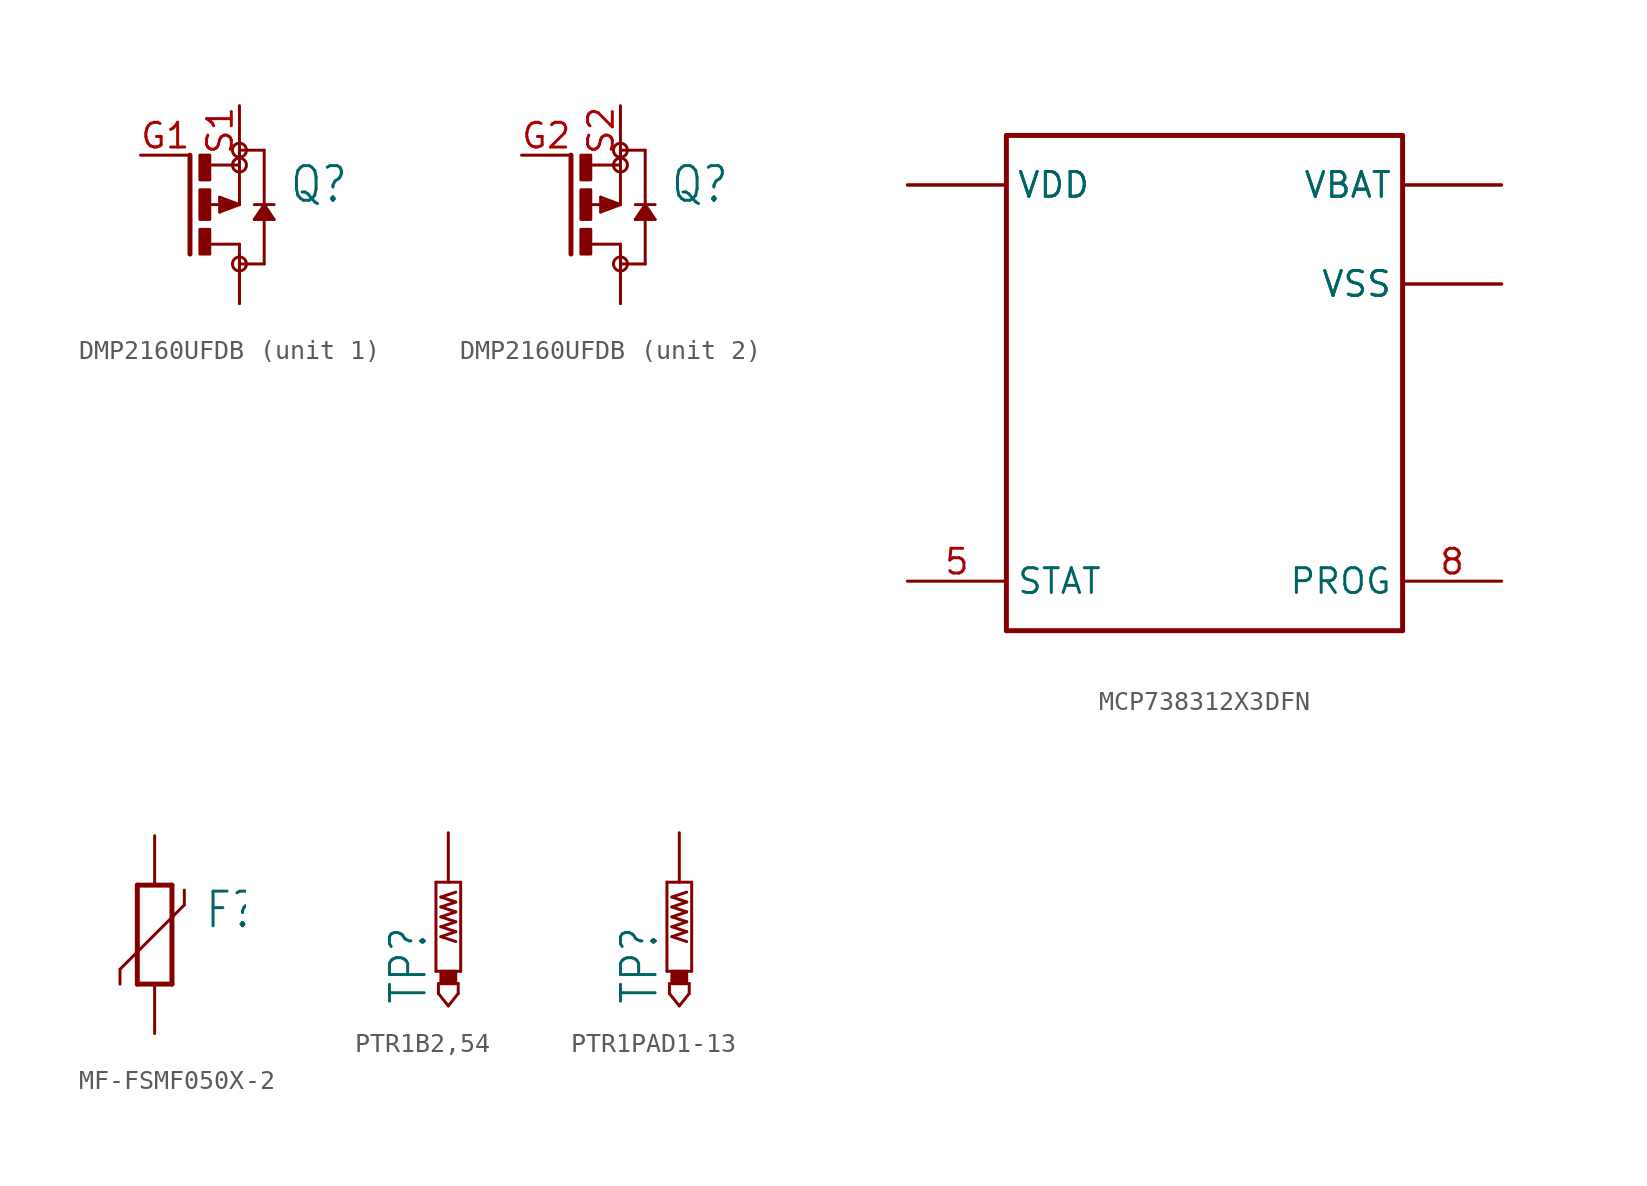
<source format=kicad_sym>
(kicad_symbol_lib
  (version 20231120)
  (generator "kicad_symbol_editor")
  (generator_version "8.0")
  (symbol "DMP2160UFDB"
    (property "Reference" "Q"
      (at 2.54 0 0)
      (effects (font (size 1.778 1.511)) (justify left bottom)))
    (property "Value" ""
      (at 2.54 -2.54 0)
      (effects (font (size 1.778 1.511)) (justify left bottom)))
    (property "ki_locked" ""
      (at 0 0 0)
      (effects (font (size 1.27 1.27))))
    (symbol "DMP2160UFDB_1_0"
      (rectangle (start -2.032 -2.54) (end -1.524 -1.27) (stroke (width 0) (type default)) (fill (type outline)))
      (rectangle (start -2.032 -0.762) (end -1.524 0.762) (stroke (width 0) (type default)) (fill (type outline)))
      (rectangle (start -2.032 1.27) (end -1.524 2.54) (stroke (width 0) (type default)) (fill (type outline)))
      (circle (center 0 -3.048) (radius 0.359) (stroke (width 0) (type solid)) (fill (type none)))
      (polyline (pts (xy -2.54 2.54) (xy -2.54 -2.54)) (stroke (width 0.254) (type solid)) (fill (type none)))
      (polyline (pts (xy -1.524 -2.032) (xy 0 -2.032)) (stroke (width 0.152) (type solid)) (fill (type none)))
      (polyline (pts (xy -1.524 0) (xy -0.508 0)) (stroke (width 0.152) (type solid)) (fill (type none)))
      (polyline (pts (xy -1.524 2.032) (xy 0 2.032)) (stroke (width 0.152) (type solid)) (fill (type none)))
      (polyline (pts (xy -1.016 -0.381) (xy 0 0)) (stroke (width 0.152) (type solid)) (fill (type none)))
      (polyline (pts (xy -1.016 0.381) (xy -1.016 -0.381)) (stroke (width 0.152) (type solid)) (fill (type none)))
      (polyline (pts (xy -0.889 -0.127) (xy -0.889 0.127)) (stroke (width 0.254) (type solid)) (fill (type none)))
      (polyline (pts (xy -0.889 0.127) (xy -0.508 0)) (stroke (width 0.254) (type solid)) (fill (type none)))
      (polyline (pts (xy -0.508 0) (xy -0.381 0)) (stroke (width 0.152) (type solid)) (fill (type none)))
      (polyline (pts (xy -0.381 0) (xy -0.889 -0.127)) (stroke (width 0.254) (type solid)) (fill (type none)))
      (polyline (pts (xy -0.381 0) (xy 0 0)) (stroke (width 0.152) (type solid)) (fill (type none)))
      (polyline (pts (xy 0 -3.048) (xy 1.27 -3.048)) (stroke (width 0.152) (type solid)) (fill (type none)))
      (polyline (pts (xy 0 -2.032) (xy 0 -2.54)) (stroke (width 0.152) (type solid)) (fill (type none)))
      (polyline (pts (xy 0 0) (xy -1.016 0.381)) (stroke (width 0.152) (type solid)) (fill (type none)))
      (polyline (pts (xy 0 0) (xy 0 2.032)) (stroke (width 0.152) (type solid)) (fill (type none)))
      (polyline (pts (xy 0 2.032) (xy 0 2.794)) (stroke (width 0.152) (type solid)) (fill (type none)))
      (polyline (pts (xy 0.762 -0.762) (xy 1.778 -0.762)) (stroke (width 0.152) (type solid)) (fill (type none)))
      (polyline (pts (xy 0.762 0) (xy 1.778 0)) (stroke (width 0.152) (type solid)) (fill (type none)))
      (polyline (pts (xy 1.016 -0.635) (xy 1.524 -0.635)) (stroke (width 0.254) (type solid)) (fill (type none)))
      (polyline (pts (xy 1.27 -3.048) (xy 1.27 -0.254)) (stroke (width 0.152) (type solid)) (fill (type none)))
      (polyline (pts (xy 1.27 -0.254) (xy 1.016 -0.635)) (stroke (width 0.254) (type solid)) (fill (type none)))
      (polyline (pts (xy 1.27 -0.254) (xy 1.27 0)) (stroke (width 0.152) (type solid)) (fill (type none)))
      (polyline (pts (xy 1.27 0) (xy 0.762 -0.762)) (stroke (width 0.152) (type solid)) (fill (type none)))
      (polyline (pts (xy 1.27 0) (xy 1.27 2.794)) (stroke (width 0.152) (type solid)) (fill (type none)))
      (polyline (pts (xy 1.27 2.794) (xy 0 2.794)) (stroke (width 0.152) (type solid)) (fill (type none)))
      (polyline (pts (xy 1.524 -0.635) (xy 1.27 -0.254)) (stroke (width 0.254) (type solid)) (fill (type none)))
      (polyline (pts (xy 1.778 -0.762) (xy 1.27 0)) (stroke (width 0.152) (type solid)) (fill (type none)))
      (circle (center 0 2.032) (radius 0.359) (stroke (width 0) (type solid)) (fill (type none)))
      (circle (center 0 2.794) (radius 0.359) (stroke (width 0) (type solid)) (fill (type none)))
      (pin passive line (at 0 -5.08 90) (length 2.54) (name "D" (effects (font (size 0 0)))) (number "D1" (effects (font (size 0 0)))))
      (pin passive line (at 0 -5.08 90) (length 2.54) (name "D" (effects (font (size 0 0)))) (number "D1'" (effects (font (size 0 0)))))
      (pin passive line (at -5.08 2.54 0) (length 2.54) (name "G" (effects (font (size 0 0)))) (number "G1" (effects (font (size 1.27 1.27)))))
      (pin passive line (at 0 5.08 270) (length 2.54) (name "S" (effects (font (size 0 0)))) (number "S1" (effects (font (size 1.27 1.27))))))
    (symbol "DMP2160UFDB_2_0"
      (rectangle (start -2.032 -2.54) (end -1.524 -1.27) (stroke (width 0) (type default)) (fill (type outline)))
      (rectangle (start -2.032 -0.762) (end -1.524 0.762) (stroke (width 0) (type default)) (fill (type outline)))
      (rectangle (start -2.032 1.27) (end -1.524 2.54) (stroke (width 0) (type default)) (fill (type outline)))
      (circle (center 0 -3.048) (radius 0.359) (stroke (width 0) (type solid)) (fill (type none)))
      (polyline (pts (xy -2.54 2.54) (xy -2.54 -2.54)) (stroke (width 0.254) (type solid)) (fill (type none)))
      (polyline (pts (xy -1.524 -2.032) (xy 0 -2.032)) (stroke (width 0.152) (type solid)) (fill (type none)))
      (polyline (pts (xy -1.524 0) (xy -0.508 0)) (stroke (width 0.152) (type solid)) (fill (type none)))
      (polyline (pts (xy -1.524 2.032) (xy 0 2.032)) (stroke (width 0.152) (type solid)) (fill (type none)))
      (polyline (pts (xy -1.016 -0.381) (xy 0 0)) (stroke (width 0.152) (type solid)) (fill (type none)))
      (polyline (pts (xy -1.016 0.381) (xy -1.016 -0.381)) (stroke (width 0.152) (type solid)) (fill (type none)))
      (polyline (pts (xy -0.889 -0.127) (xy -0.889 0.127)) (stroke (width 0.254) (type solid)) (fill (type none)))
      (polyline (pts (xy -0.889 0.127) (xy -0.508 0)) (stroke (width 0.254) (type solid)) (fill (type none)))
      (polyline (pts (xy -0.508 0) (xy -0.381 0)) (stroke (width 0.152) (type solid)) (fill (type none)))
      (polyline (pts (xy -0.381 0) (xy -0.889 -0.127)) (stroke (width 0.254) (type solid)) (fill (type none)))
      (polyline (pts (xy -0.381 0) (xy 0 0)) (stroke (width 0.152) (type solid)) (fill (type none)))
      (polyline (pts (xy 0 -3.048) (xy 1.27 -3.048)) (stroke (width 0.152) (type solid)) (fill (type none)))
      (polyline (pts (xy 0 -2.032) (xy 0 -2.54)) (stroke (width 0.152) (type solid)) (fill (type none)))
      (polyline (pts (xy 0 0) (xy -1.016 0.381)) (stroke (width 0.152) (type solid)) (fill (type none)))
      (polyline (pts (xy 0 0) (xy 0 2.032)) (stroke (width 0.152) (type solid)) (fill (type none)))
      (polyline (pts (xy 0 2.032) (xy 0 2.794)) (stroke (width 0.152) (type solid)) (fill (type none)))
      (polyline (pts (xy 0.762 -0.762) (xy 1.778 -0.762)) (stroke (width 0.152) (type solid)) (fill (type none)))
      (polyline (pts (xy 0.762 0) (xy 1.778 0)) (stroke (width 0.152) (type solid)) (fill (type none)))
      (polyline (pts (xy 1.016 -0.635) (xy 1.524 -0.635)) (stroke (width 0.254) (type solid)) (fill (type none)))
      (polyline (pts (xy 1.27 -3.048) (xy 1.27 -0.254)) (stroke (width 0.152) (type solid)) (fill (type none)))
      (polyline (pts (xy 1.27 -0.254) (xy 1.016 -0.635)) (stroke (width 0.254) (type solid)) (fill (type none)))
      (polyline (pts (xy 1.27 -0.254) (xy 1.27 0)) (stroke (width 0.152) (type solid)) (fill (type none)))
      (polyline (pts (xy 1.27 0) (xy 0.762 -0.762)) (stroke (width 0.152) (type solid)) (fill (type none)))
      (polyline (pts (xy 1.27 0) (xy 1.27 2.794)) (stroke (width 0.152) (type solid)) (fill (type none)))
      (polyline (pts (xy 1.27 2.794) (xy 0 2.794)) (stroke (width 0.152) (type solid)) (fill (type none)))
      (polyline (pts (xy 1.524 -0.635) (xy 1.27 -0.254)) (stroke (width 0.254) (type solid)) (fill (type none)))
      (polyline (pts (xy 1.778 -0.762) (xy 1.27 0)) (stroke (width 0.152) (type solid)) (fill (type none)))
      (circle (center 0 2.032) (radius 0.359) (stroke (width 0) (type solid)) (fill (type none)))
      (circle (center 0 2.794) (radius 0.359) (stroke (width 0) (type solid)) (fill (type none)))
      (pin passive line (at 0 -5.08 90) (length 2.54) (name "D" (effects (font (size 0 0)))) (number "D2" (effects (font (size 0 0)))))
      (pin passive line (at 0 -5.08 90) (length 2.54) (name "D" (effects (font (size 0 0)))) (number "D2'" (effects (font (size 0 0)))))
      (pin passive line (at -5.08 2.54 0) (length 2.54) (name "G" (effects (font (size 0 0)))) (number "G2" (effects (font (size 1.27 1.27)))))
      (pin passive line (at 0 5.08 270) (length 2.54) (name "S" (effects (font (size 0 0)))) (number "S2" (effects (font (size 1.27 1.27)))))))
  (symbol "MCP738312X3DFN"
    (property "Reference" ""
      (at -10.16 15.24 0)
      (effects (font (size 1.27 1.079)) (justify left bottom) (hide yes)))
    (property "Value" ""
      (at -10.16 12.7 0)
      (effects (font (size 1.27 1.079)) (justify left bottom)))
    (property "ki_locked" ""
      (at 0 0 0)
      (effects (font (size 1.27 1.27))))
    (symbol "MCP738312X3DFN_1_0"
      (polyline (pts (xy -10.16 -12.7) (xy 10.16 -12.7)) (stroke (width 0.254) (type solid)) (fill (type none)))
      (polyline (pts (xy -10.16 12.7) (xy -10.16 -12.7)) (stroke (width 0.254) (type solid)) (fill (type none)))
      (polyline (pts (xy 10.16 -12.7) (xy 10.16 12.7)) (stroke (width 0.254) (type solid)) (fill (type none)))
      (polyline (pts (xy 10.16 12.7) (xy -10.16 12.7)) (stroke (width 0.254) (type solid)) (fill (type none)))
      (pin bidirectional line (at -15.24 10.16 0) (length 5.08) (name "VDD" (effects (font (size 1.27 1.27)))) (number "1" (effects (font (size 0 0)))))
      (pin bidirectional line (at -15.24 10.16 0) (length 5.08) (name "VDD" (effects (font (size 1.27 1.27)))) (number "2" (effects (font (size 0 0)))))
      (pin bidirectional line (at 15.24 10.16 180) (length 5.08) (name "VBAT" (effects (font (size 1.27 1.27)))) (number "3" (effects (font (size 0 0)))))
      (pin bidirectional line (at 15.24 10.16 180) (length 5.08) (name "VBAT" (effects (font (size 1.27 1.27)))) (number "4" (effects (font (size 0 0)))))
      (pin bidirectional line (at -15.24 -10.16 0) (length 5.08) (name "STAT" (effects (font (size 1.27 1.27)))) (number "5" (effects (font (size 1.27 1.27)))))
      (pin bidirectional line (at 15.24 5.08 180) (length 5.08) (name "VSS" (effects (font (size 1.27 1.27)))) (number "6" (effects (font (size 0 0)))))
      (pin bidirectional line (at 15.24 -10.16 180) (length 5.08) (name "PROG" (effects (font (size 1.27 1.27)))) (number "8" (effects (font (size 1.27 1.27)))))
      (pin bidirectional line (at 15.24 5.08 180) (length 5.08) (name "VSS" (effects (font (size 1.27 1.27)))) (number "PAD" (effects (font (size 0 0)))))))
  (symbol "MF-FSMF050X-2"
    (property "Reference" "F"
      (at 2.54 0.229 0)
      (effects (font (size 1.778 1.511)) (justify left bottom)))
    (property "Value" ""
      (at 2.54 -1.905 0)
      (effects (font (size 1.778 1.511)) (justify left bottom)))
    (property "ki_locked" ""
      (at 0 0 0)
      (effects (font (size 1.27 1.27))))
    (symbol "MF-FSMF050X-2_1_0"
      (polyline (pts (xy -1.778 -1.778) (xy -1.778 -2.54)) (stroke (width 0.152) (type solid)) (fill (type none)))
      (polyline (pts (xy -0.889 2.54) (xy -0.889 -2.54)) (stroke (width 0.254) (type solid)) (fill (type none)))
      (polyline (pts (xy 0.889 -2.54) (xy -0.889 -2.54)) (stroke (width 0.254) (type solid)) (fill (type none)))
      (polyline (pts (xy 0.889 -2.54) (xy 0.889 2.54)) (stroke (width 0.254) (type solid)) (fill (type none)))
      (polyline (pts (xy 0.889 2.54) (xy -0.889 2.54)) (stroke (width 0.254) (type solid)) (fill (type none)))
      (polyline (pts (xy 1.524 1.524) (xy -1.778 -1.778)) (stroke (width 0.152) (type solid)) (fill (type none)))
      (polyline (pts (xy 1.524 2.286) (xy 1.524 1.524)) (stroke (width 0.152) (type solid)) (fill (type none)))
      (pin passive line (at 0 -5.08 90) (length 2.54) (name "1" (effects (font (size 0 0)))) (number "1" (effects (font (size 0 0)))))
      (pin passive line (at 0 5.08 270) (length 2.54) (name "2" (effects (font (size 0 0)))) (number "2" (effects (font (size 0 0)))))))
  (symbol "PTR1B2,54"
    (property "Reference" "TP"
      (at -1.016 -6.35 90)
      (effects (font (size 1.778 1.511)) (justify left bottom)))
    (property "ki_locked" ""
      (at 0 0 0)
      (effects (font (size 1.27 1.27))))
    (symbol "PTR1B2,54_1_0"
      (rectangle (start -0.381 -5.207) (end 0.381 -4.572) (stroke (width 0) (type default)) (fill (type outline)))
      (polyline (pts (xy -0.635 0) (xy -0.635 -4.572)) (stroke (width 0.152) (type solid)) (fill (type none)))
      (polyline (pts (xy -0.508 -5.715) (xy 0 -6.35)) (stroke (width 0.152) (type solid)) (fill (type none)))
      (polyline (pts (xy -0.508 -5.207) (xy -0.508 -5.715)) (stroke (width 0.152) (type solid)) (fill (type none)))
      (polyline (pts (xy -0.381 -2.794) (xy 0.381 -2.54)) (stroke (width 0.152) (type solid)) (fill (type none)))
      (polyline (pts (xy -0.381 -2.286) (xy 0.381 -2.032)) (stroke (width 0.152) (type solid)) (fill (type none)))
      (polyline (pts (xy -0.381 -1.778) (xy 0.381 -1.524)) (stroke (width 0.152) (type solid)) (fill (type none)))
      (polyline (pts (xy -0.381 -1.27) (xy 0.381 -1.016)) (stroke (width 0.152) (type solid)) (fill (type none)))
      (polyline (pts (xy -0.381 -0.762) (xy 0.381 -0.508)) (stroke (width 0.152) (type solid)) (fill (type none)))
      (polyline (pts (xy 0 -6.35) (xy 0.508 -5.715)) (stroke (width 0.152) (type solid)) (fill (type none)))
      (polyline (pts (xy 0.381 -3.048) (xy -0.381 -2.794)) (stroke (width 0.152) (type solid)) (fill (type none)))
      (polyline (pts (xy 0.381 -2.54) (xy -0.381 -2.286)) (stroke (width 0.152) (type solid)) (fill (type none)))
      (polyline (pts (xy 0.381 -2.032) (xy -0.381 -1.778)) (stroke (width 0.152) (type solid)) (fill (type none)))
      (polyline (pts (xy 0.381 -1.524) (xy -0.381 -1.27)) (stroke (width 0.152) (type solid)) (fill (type none)))
      (polyline (pts (xy 0.381 -1.016) (xy -0.381 -0.762)) (stroke (width 0.152) (type solid)) (fill (type none)))
      (polyline (pts (xy 0.508 -5.715) (xy 0.508 -5.207)) (stroke (width 0.152) (type solid)) (fill (type none)))
      (polyline (pts (xy 0.508 -5.207) (xy -0.508 -5.207)) (stroke (width 0.152) (type solid)) (fill (type none)))
      (polyline (pts (xy 0.635 -4.572) (xy -0.635 -4.572)) (stroke (width 0.152) (type solid)) (fill (type none)))
      (polyline (pts (xy 0.635 -4.572) (xy 0.635 0)) (stroke (width 0.152) (type solid)) (fill (type none)))
      (polyline (pts (xy 0.635 0) (xy -0.635 0)) (stroke (width 0.152) (type solid)) (fill (type none)))
      (pin input line (at 0 2.54 270) (length 2.54) (name "TP" (effects (font (size 0 0)))) (number "PP" (effects (font (size 0 0)))))))
  (symbol "PTR1PAD1-13"
    (property "Reference" "TP"
      (at -1.016 -6.35 90)
      (effects (font (size 1.778 1.511)) (justify left bottom)))
    (property "ki_locked" ""
      (at 0 0 0)
      (effects (font (size 1.27 1.27))))
    (symbol "PTR1PAD1-13_1_0"
      (rectangle (start -0.381 -5.207) (end 0.381 -4.572) (stroke (width 0) (type default)) (fill (type outline)))
      (polyline (pts (xy -0.635 0) (xy -0.635 -4.572)) (stroke (width 0.152) (type solid)) (fill (type none)))
      (polyline (pts (xy -0.508 -5.715) (xy 0 -6.35)) (stroke (width 0.152) (type solid)) (fill (type none)))
      (polyline (pts (xy -0.508 -5.207) (xy -0.508 -5.715)) (stroke (width 0.152) (type solid)) (fill (type none)))
      (polyline (pts (xy -0.381 -2.794) (xy 0.381 -2.54)) (stroke (width 0.152) (type solid)) (fill (type none)))
      (polyline (pts (xy -0.381 -2.286) (xy 0.381 -2.032)) (stroke (width 0.152) (type solid)) (fill (type none)))
      (polyline (pts (xy -0.381 -1.778) (xy 0.381 -1.524)) (stroke (width 0.152) (type solid)) (fill (type none)))
      (polyline (pts (xy -0.381 -1.27) (xy 0.381 -1.016)) (stroke (width 0.152) (type solid)) (fill (type none)))
      (polyline (pts (xy -0.381 -0.762) (xy 0.381 -0.508)) (stroke (width 0.152) (type solid)) (fill (type none)))
      (polyline (pts (xy 0 -6.35) (xy 0.508 -5.715)) (stroke (width 0.152) (type solid)) (fill (type none)))
      (polyline (pts (xy 0.381 -3.048) (xy -0.381 -2.794)) (stroke (width 0.152) (type solid)) (fill (type none)))
      (polyline (pts (xy 0.381 -2.54) (xy -0.381 -2.286)) (stroke (width 0.152) (type solid)) (fill (type none)))
      (polyline (pts (xy 0.381 -2.032) (xy -0.381 -1.778)) (stroke (width 0.152) (type solid)) (fill (type none)))
      (polyline (pts (xy 0.381 -1.524) (xy -0.381 -1.27)) (stroke (width 0.152) (type solid)) (fill (type none)))
      (polyline (pts (xy 0.381 -1.016) (xy -0.381 -0.762)) (stroke (width 0.152) (type solid)) (fill (type none)))
      (polyline (pts (xy 0.508 -5.715) (xy 0.508 -5.207)) (stroke (width 0.152) (type solid)) (fill (type none)))
      (polyline (pts (xy 0.508 -5.207) (xy -0.508 -5.207)) (stroke (width 0.152) (type solid)) (fill (type none)))
      (polyline (pts (xy 0.635 -4.572) (xy -0.635 -4.572)) (stroke (width 0.152) (type solid)) (fill (type none)))
      (polyline (pts (xy 0.635 -4.572) (xy 0.635 0)) (stroke (width 0.152) (type solid)) (fill (type none)))
      (polyline (pts (xy 0.635 0) (xy -0.635 0)) (stroke (width 0.152) (type solid)) (fill (type none)))
      (pin input line (at 0 2.54 270) (length 2.54) (name "TP" (effects (font (size 0 0)))) (number "1" (effects (font (size 0 0))))))))
</source>
